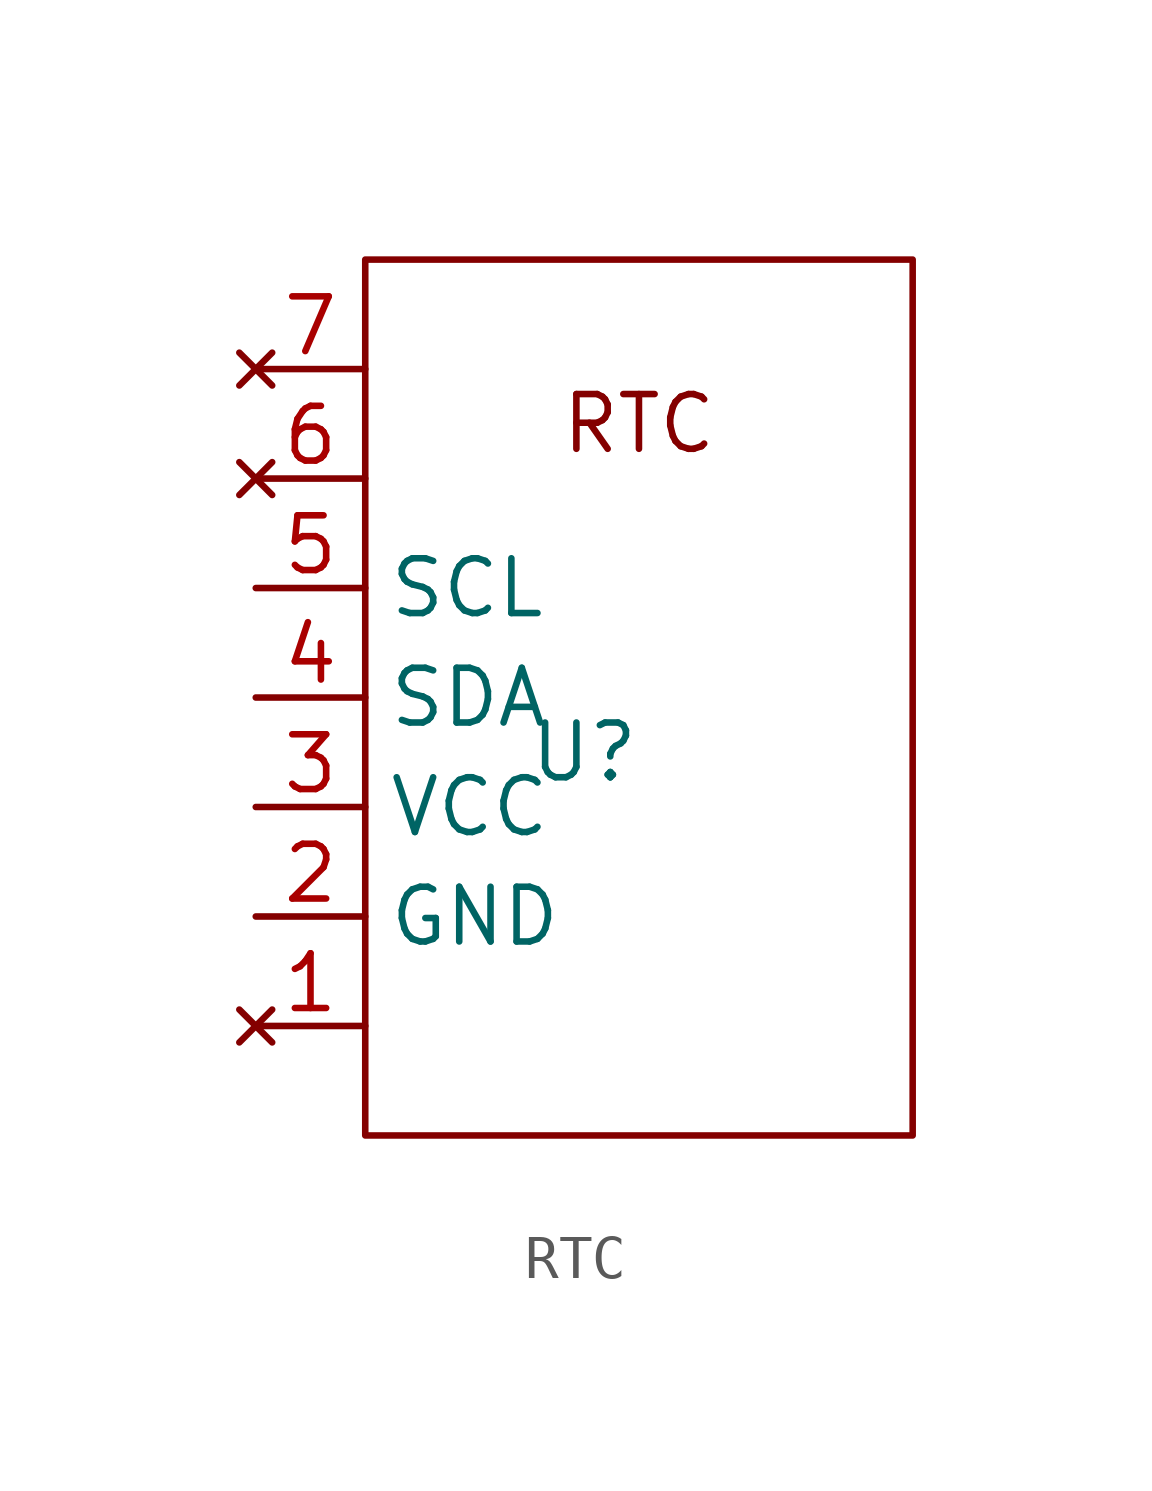
<source format=kicad_sym>
(kicad_symbol_lib
  (version 20220914)
  (generator kicad_symbol_editor)
  (symbol "RTC"
    (property "Reference" "U"
      (at 0 0 0)
      (effects (font (size 1.27 1.27))))
    (property "Value" ""
      (at 0 0 0)
      (effects (font (size 1.27 1.27))))
    (symbol "RTC_0_1"
      (rectangle (start -5.08 11.43) (end 7.62 -8.89) (stroke (width 0) (type default)) (fill (type none))))
    (symbol "RTC_1_1"
      (text "RTC" (at 1.27 7.62 0) (effects (font (size 1.27 1.27))))
      (pin no_connect line (at -7.62 -6.35 0) (length 2.54) (name "" (effects (font (size 1.27 1.27)))) (number "1" (effects (font (size 1.27 1.27)))))
      (pin input line (at -7.62 -3.81 0) (length 2.54) (name "GND" (effects (font (size 1.27 1.27)))) (number "2" (effects (font (size 1.27 1.27)))))
      (pin input line (at -7.62 -1.27 0) (length 2.54) (name "VCC" (effects (font (size 1.27 1.27)))) (number "3" (effects (font (size 1.27 1.27)))))
      (pin input line (at -7.62 1.27 0) (length 2.54) (name "SDA" (effects (font (size 1.27 1.27)))) (number "4" (effects (font (size 1.27 1.27)))))
      (pin input line (at -7.62 3.81 0) (length 2.54) (name "SCL" (effects (font (size 1.27 1.27)))) (number "5" (effects (font (size 1.27 1.27)))))
      (pin no_connect line (at -7.62 6.35 0) (length 2.54) (name "" (effects (font (size 1.27 1.27)))) (number "6" (effects (font (size 1.27 1.27)))))
      (pin no_connect line (at -7.62 8.89 0) (length 2.54) (name "" (effects (font (size 1.27 1.27)))) (number "7" (effects (font (size 1.27 1.27))))))))
</source>
